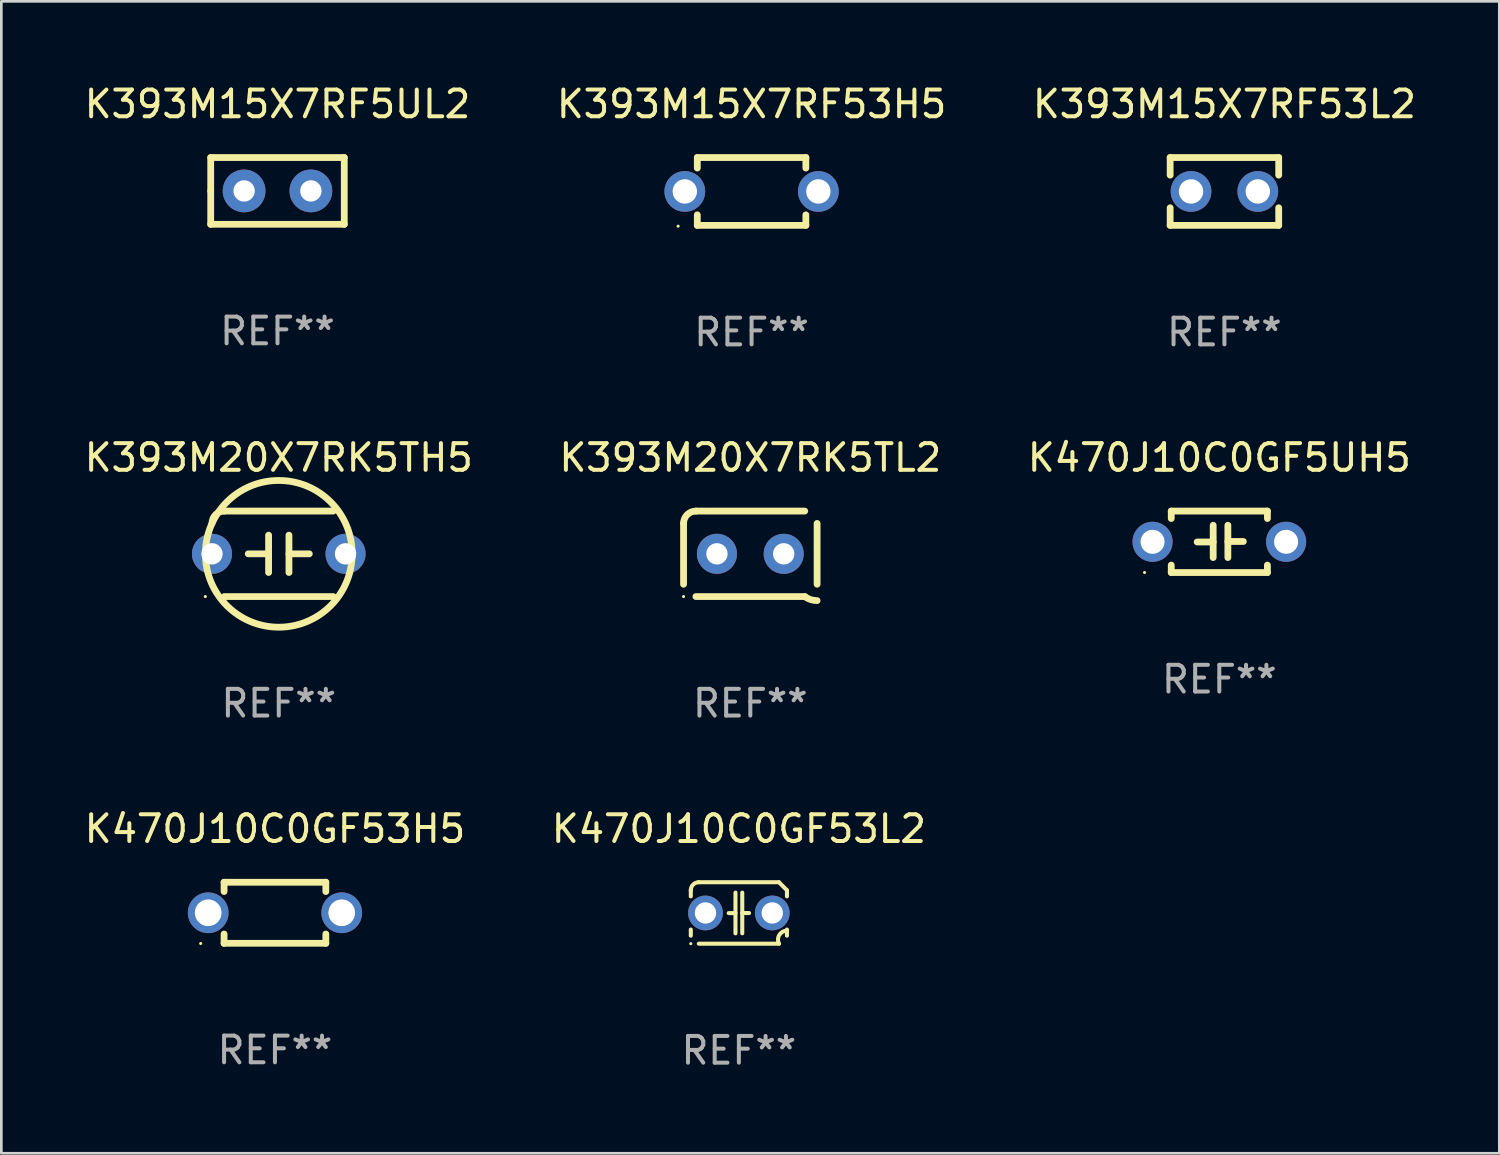
<source format=kicad_pcb>
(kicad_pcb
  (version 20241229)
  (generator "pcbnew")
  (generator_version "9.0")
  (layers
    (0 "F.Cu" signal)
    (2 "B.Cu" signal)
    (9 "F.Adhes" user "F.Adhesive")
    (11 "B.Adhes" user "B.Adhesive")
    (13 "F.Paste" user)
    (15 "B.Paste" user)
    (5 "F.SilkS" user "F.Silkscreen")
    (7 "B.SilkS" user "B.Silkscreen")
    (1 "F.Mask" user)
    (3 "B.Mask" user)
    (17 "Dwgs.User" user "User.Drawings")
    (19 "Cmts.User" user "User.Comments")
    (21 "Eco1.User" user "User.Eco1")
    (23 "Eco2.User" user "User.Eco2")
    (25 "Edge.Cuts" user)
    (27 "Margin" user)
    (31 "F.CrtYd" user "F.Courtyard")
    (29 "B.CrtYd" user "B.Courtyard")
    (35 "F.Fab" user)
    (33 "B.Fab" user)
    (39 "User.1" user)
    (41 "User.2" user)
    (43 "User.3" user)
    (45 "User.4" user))
  (footprint "K393M20X7RK5TH5"
    (layer "F.Cu")
    (at 7.387 17.685)
    (property "Reference" "K393M20X7RK5TH5" (at 0 -3.6 0) (layer "F.SilkS") (effects (font (size 1 1) (thickness 0.15))))
    (attr through_hole)
    (fp_line (start -2.038 1.6) (end 2.038 1.6) (stroke (width 0.254) (type solid)) (layer "F.SilkS"))
    (fp_line (start -1.143 0) (end -0.381 0) (stroke (width 0.254) (type solid)) (layer "F.SilkS"))
    (fp_line (start -0.381 -0.699) (end -0.381 0.699) (stroke (width 0.254) (type solid)) (layer "F.SilkS"))
    (fp_line (start 0.381 -0.699) (end 0.381 0.699) (stroke (width 0.254) (type solid)) (layer "F.SilkS"))
    (fp_line (start 1.143 0) (end 0.381 0) (stroke (width 0.254) (type solid)) (layer "F.SilkS"))
    (fp_line (start 2.038 -1.6) (end -2.038 -1.6) (stroke (width 0.254) (type solid)) (layer "F.SilkS"))
    (fp_arc (start -2.500127 -1.137744) (mid -2.364728 -1.464626) (end -2.037846 -1.600025) (stroke (width 0.254001) (type solid)) (layer "F.SilkS"))
    (fp_arc (start -2.500127 1.137719) (mid 2.500149 -1.137741) (end -2.500127 1.137719) (stroke (width 0.254001) (type solid)) (layer "F.SilkS"))
    (fp_circle (center -2.75 1.6) (end -2.72 1.6) (stroke (width 0.06) (type solid)) (fill no) (layer "F.SilkS"))
    (fp_text user "REF**" (at 0 5.6 0) (layer "F.Fab") (effects (font (size 1 1) (thickness 0.15))))
    (pad "1" thru_hole circle (at -2.5 0) (size 1.5 1.5) (drill 0.8) (layers "*.Cu" "*.Mask"))
    (pad "2" thru_hole circle (at 2.5 0) (size 1.5 1.5) (drill 0.8) (layers "*.Cu" "*.Mask")))
  (footprint "K393M15X7RF53L2"
    (layer "F.Cu")
    (at 42.792 4.118)
    (property "Reference" "K393M15X7RF53L2" (at 0 -3.27 0) (layer "F.SilkS") (effects (font (size 1 1) (thickness 0.15))))
    (attr through_hole)
    (fp_line (start -2.032 -1.27) (end -2.032 -0.611) (stroke (width 0.254) (type solid)) (layer "F.SilkS"))
    (fp_line (start -2.032 0.611) (end -2.032 1.27) (stroke (width 0.254) (type solid)) (layer "F.SilkS"))
    (fp_line (start -2.032 1.27) (end 2.032 1.27) (stroke (width 0.254) (type solid)) (layer "F.SilkS"))
    (fp_line (start 2.032 -1.27) (end -2.032 -1.27) (stroke (width 0.254) (type solid)) (layer "F.SilkS"))
    (fp_line (start 2.032 -0.611) (end 2.032 -1.27) (stroke (width 0.254) (type solid)) (layer "F.SilkS"))
    (fp_line (start 2.032 1.27) (end 2.032 0.611) (stroke (width 0.254) (type solid)) (layer "F.SilkS"))
    (fp_circle (center -2 1.3) (end -1.97 1.3) (stroke (width 0.06) (type solid)) (fill no) (layer "F.SilkS"))
    (fp_text user "REF**" (at 0 5.27 0) (layer "F.Fab") (effects (font (size 1 1) (thickness 0.15))))
    (pad "1" thru_hole circle (at -1.25 0) (size 1.524 1.524) (drill 0.914) (layers "*.Cu" "*.Mask"))
    (pad "2" thru_hole circle (at 1.25 0) (size 1.524 1.524) (drill 0.914) (layers "*.Cu" "*.Mask")))
  (footprint "K470J10C0GF53H5"
    (layer "F.Cu")
    (at 7.244 31.124)
    (property "Reference" "K470J10C0GF53H5" (at 0 -3.143 0) (layer "F.SilkS") (effects (font (size 1 1) (thickness 0.15))))
    (attr through_hole)
    (fp_line (start -1.905 -1.143) (end 1.905 -1.143) (stroke (width 0.254) (type solid)) (layer "F.SilkS"))
    (fp_line (start -1.905 -0.795) (end -1.905 -1.143) (stroke (width 0.254) (type solid)) (layer "F.SilkS"))
    (fp_line (start -1.905 1.143) (end -1.905 0.795) (stroke (width 0.254) (type solid)) (layer "F.SilkS"))
    (fp_line (start 1.905 -1.143) (end 1.905 -0.795) (stroke (width 0.254) (type solid)) (layer "F.SilkS"))
    (fp_line (start 1.905 0.795) (end 1.905 1.143) (stroke (width 0.254) (type solid)) (layer "F.SilkS"))
    (fp_line (start 1.905 1.143) (end -1.905 1.143) (stroke (width 0.254) (type solid)) (layer "F.SilkS"))
    (fp_circle (center -2.781 1.15) (end -2.751 1.15) (stroke (width 0.06) (type solid)) (fill no) (layer "F.SilkS"))
    (fp_text user "REF**" (at 0 5.143 0) (layer "F.Fab") (effects (font (size 1 1) (thickness 0.15))))
    (pad "1" thru_hole circle (at -2.5 0) (size 1.524 1.524) (drill 1) (layers "*.Cu" "*.Mask"))
    (pad "2" thru_hole circle (at 2.5 0) (size 1.524 1.524) (drill 1) (layers "*.Cu" "*.Mask")))
  (footprint "K393M20X7RK5TL2"
    (layer "F.Cu")
    (at 25.042 17.685)
    (property "Reference" "K393M20X7RK5TL2" (at 0 -3.6 0) (layer "F.SilkS") (effects (font (size 1 1) (thickness 0.15))))
    (attr through_hole)
    (fp_line (start -2.5 1.138) (end -2.5 -1.138) (stroke (width 0.254) (type solid)) (layer "F.SilkS"))
    (fp_line (start -2.038 1.6) (end 2.038 1.6) (stroke (width 0.254) (type solid)) (layer "F.SilkS"))
    (fp_line (start 2.038 -1.6) (end -2.038 -1.6) (stroke (width 0.254) (type solid)) (layer "F.SilkS"))
    (fp_line (start 2.5 -1.138) (end 2.5 1.138) (stroke (width 0.254) (type solid)) (layer "F.SilkS"))
    (fp_arc (start -2.5 -1.137744) (mid -2.364601 -1.464626) (end -2.037719 -1.600025) (stroke (width 0.254001) (type solid)) (layer "F.SilkS"))
    (fp_arc (start -2.5 1.137719) (mid 2.500022 -1.137741) (end -2.5 1.137719) (stroke (width 0.254001) (type solid)) (layer "F.SilkS"))
    (fp_arc (start 2.5 1.751767) (mid 2.256726 1.712861) (end 2.037719 1.600025) (stroke (width 0.254001) (type solid)) (layer "F.SilkS"))
    (fp_circle (center -2.5 1.6) (end -2.47 1.6) (stroke (width 0.06) (type solid)) (fill no) (layer "F.SilkS"))
    (fp_text user "REF**" (at 0 5.6 0) (layer "F.Fab") (effects (font (size 1 1) (thickness 0.15))))
    (pad "1" thru_hole circle (at -1.25 -0.000076) (size 1.5 1.5) (drill 0.8) (layers "*.Cu" "*.Mask"))
    (pad "2" thru_hole circle (at 1.25 -0.000076) (size 1.5 1.5) (drill 0.8) (layers "*.Cu" "*.Mask")))
  (footprint "K393M15X7RF53H5"
    (layer "F.Cu")
    (at 25.089 4.118)
    (property "Reference" "K393M15X7RF53H5" (at 0 -3.27 0) (layer "F.SilkS") (effects (font (size 1 1) (thickness 0.15))))
    (attr through_hole)
    (fp_line (start -2.032 -1.27) (end -2.032 -0.876) (stroke (width 0.254) (type solid)) (layer "F.SilkS"))
    (fp_line (start -2.032 0.876) (end -2.032 1.27) (stroke (width 0.254) (type solid)) (layer "F.SilkS"))
    (fp_line (start -2.032 1.27) (end 2.032 1.27) (stroke (width 0.254) (type solid)) (layer "F.SilkS"))
    (fp_line (start 2.032 -1.27) (end -2.032 -1.27) (stroke (width 0.254) (type solid)) (layer "F.SilkS"))
    (fp_line (start 2.032 -0.876) (end 2.032 -1.27) (stroke (width 0.254) (type solid)) (layer "F.SilkS"))
    (fp_line (start 2.032 1.27) (end 2.032 0.876) (stroke (width 0.254) (type solid)) (layer "F.SilkS"))
    (fp_circle (center -2.751 1.3) (end -2.721 1.3) (stroke (width 0.06) (type solid)) (fill no) (layer "F.SilkS"))
    (fp_text user "REF**" (at 0 5.27 0) (layer "F.Fab") (effects (font (size 1 1) (thickness 0.15))))
    (pad "1" thru_hole circle (at -2.5 0) (size 1.524 1.524) (drill 0.914) (layers "*.Cu" "*.Mask"))
    (pad "2" thru_hole circle (at 2.5 0) (size 1.524 1.524) (drill 0.914) (layers "*.Cu" "*.Mask")))
  (footprint "K393M15X7RF5UL2"
    (layer "F.Cu")
    (at 7.339 4.098)
    (property "Reference" "K393M15X7RF5UL2" (at 0 -3.25 0) (layer "F.SilkS") (effects (font (size 1 1) (thickness 0.15))))
    (attr through_hole)
    (fp_line (start -2.5 -1.25) (end 2.5 -1.25) (stroke (width 0.254) (type solid)) (layer "F.SilkS"))
    (fp_line (start -2.5 0) (end -2.5 -1.25) (stroke (width 0.254) (type solid)) (layer "F.SilkS"))
    (fp_line (start -2.5 1.25) (end -2.5 0) (stroke (width 0.254) (type solid)) (layer "F.SilkS"))
    (fp_line (start 2.5 -1.25) (end 2.5 1.25) (stroke (width 0.254) (type solid)) (layer "F.SilkS"))
    (fp_line (start 2.5 1.25) (end -2.5 1.25) (stroke (width 0.254) (type solid)) (layer "F.SilkS"))
    (fp_circle (center -2.5 1.25) (end -2.47 1.25) (stroke (width 0.06) (type solid)) (fill no) (layer "F.SilkS"))
    (fp_text user "REF**" (at 0 5.25 0) (layer "F.Fab") (effects (font (size 1 1) (thickness 0.15))))
    (pad "1" thru_hole circle (at -1.25 0) (size 1.6 1.6) (drill 0.8) (layers "*.Cu" "*.Mask"))
    (pad "2" thru_hole circle (at 1.25 0) (size 1.6 1.6) (drill 0.8) (layers "*.Cu" "*.Mask")))
  (footprint "K470J10C0GF5UH5"
    (layer "F.Cu")
    (at 42.601 17.235)
    (property "Reference" "K470J10C0GF5UH5" (at 0 -3.15 0) (layer "F.SilkS") (effects (font (size 1 1) (thickness 0.15))))
    (attr through_hole)
    (fp_line (start -1.8 -1.15) (end -1.8 -0.872) (stroke (width 0.254) (type solid)) (layer "F.SilkS"))
    (fp_line (start -1.8 -1.15) (end 1.8 -1.15) (stroke (width 0.254) (type solid)) (layer "F.SilkS"))
    (fp_line (start -1.8 0.872) (end -1.8 1.15) (stroke (width 0.254) (type solid)) (layer "F.SilkS"))
    (fp_line (start -1.8 1.15) (end 1.8 1.15) (stroke (width 0.254) (type solid)) (layer "F.SilkS"))
    (fp_line (start -0.23 -0.62) (end -0.23 0.59) (stroke (width 0.254) (type solid)) (layer "F.SilkS"))
    (fp_line (start -0.23 0.007) (end -0.83 0.007) (stroke (width 0.254) (type solid)) (layer "F.SilkS"))
    (fp_line (start 0.32 -0.62) (end 0.32 0.59) (stroke (width 0.254) (type solid)) (layer "F.SilkS"))
    (fp_line (start 0.32 -0.012) (end 0.9 -0.012) (stroke (width 0.254) (type solid)) (layer "F.SilkS"))
    (fp_line (start 1.8 -1.15) (end 1.8 -0.872) (stroke (width 0.254) (type solid)) (layer "F.SilkS"))
    (fp_line (start 1.8 0.872) (end 1.8 1.15) (stroke (width 0.254) (type solid)) (layer "F.SilkS"))
    (fp_circle (center -2.8 1.15) (end -2.77 1.15) (stroke (width 0.06) (type solid)) (fill no) (layer "F.SilkS"))
    (fp_text user "REF**" (at 0 5.15 0) (layer "F.Fab") (effects (font (size 1 1) (thickness 0.15))))
    (pad "1" thru_hole circle (at -2.5 0) (size 1.5 1.5) (drill 0.9) (layers "*.Cu" "*.Mask"))
    (pad "2" thru_hole circle (at 2.5 0) (size 1.5 1.5) (drill 0.9) (layers "*.Cu" "*.Mask")))
  (footprint "K470J10C0GF53L2"
    (layer "F.Cu")
    (at 24.613 31.131)
    (property "Reference" "K470J10C0GF53L2" (at 0 -3.15 0) (layer "F.SilkS") (effects (font (size 1 1) (thickness 0.15))))
    (attr through_hole)
    (fp_line (start -1.8 -0.621) (end -1.8 -0.85) (stroke (width 0.152) (type solid)) (layer "F.SilkS"))
    (fp_line (start -1.8 0.85) (end -1.8 0.621) (stroke (width 0.152) (type solid)) (layer "F.SilkS"))
    (fp_line (start -1.5 -1.15) (end 1.5 -1.15) (stroke (width 0.152) (type solid)) (layer "F.SilkS"))
    (fp_line (start -0.127 -0.762) (end -0.127 0.762) (stroke (width 0.152) (type solid)) (layer "F.SilkS"))
    (fp_line (start -0.127 0.005) (end -0.381 0.005) (stroke (width 0.152) (type solid)) (layer "F.SilkS"))
    (fp_line (start 0.127 -0.762) (end 0.127 0.762) (stroke (width 0.152) (type solid)) (layer "F.SilkS"))
    (fp_line (start 0.127 0.002) (end 0.381 0.002) (stroke (width 0.152) (type solid)) (layer "F.SilkS"))
    (fp_line (start 1.5 1.15) (end -1.5 1.15) (stroke (width 0.152) (type solid)) (layer "F.SilkS"))
    (fp_line (start 1.8 -0.85) (end 1.8 -0.621) (stroke (width 0.152) (type solid)) (layer "F.SilkS"))
    (fp_line (start 1.8 0.621) (end 1.8 0.85) (stroke (width 0.152) (type solid)) (layer "F.SilkS"))
    (fp_arc (start -1.799975 -0.849987) (mid -1.712107 -1.062119) (end -1.499975 -1.149987) (stroke (width 0.151994) (type solid)) (layer "F.SilkS"))
    (fp_arc (start 1.499975 1.149987) (mid 1.513726 0.822359) (end 1.799975 0.662387) (stroke (width 0.151994) (type solid)) (layer "F.SilkS"))
    (fp_arc (start 1.500001 -1.149986) (mid 1.650015 -1.000001) (end 1.8 -0.849987) (stroke (width 0.151994) (type solid)) (layer "F.SilkS"))
    (fp_circle (center -1.8 1.15) (end -1.77 1.15) (stroke (width 0.06) (type solid)) (fill no) (layer "F.SilkS"))
    (fp_text user "REF**" (at 0 5.15 0) (layer "F.Fab") (effects (font (size 1 1) (thickness 0.15))))
    (pad "1" thru_hole circle (at -1.25 0) (size 1.3 1.3) (drill 0.8) (layers "*.Cu" "*.Mask"))
    (pad "2" thru_hole circle (at 1.25 0) (size 1.3 1.3) (drill 0.8) (layers "*.Cu" "*.Mask")))
  (gr_rect
    (start -3 -3)
    (end 53.083 40.129)
    (stroke (width 0.1) (type default))
    (fill no)
    (layer "Edge.Cuts")))
</source>
